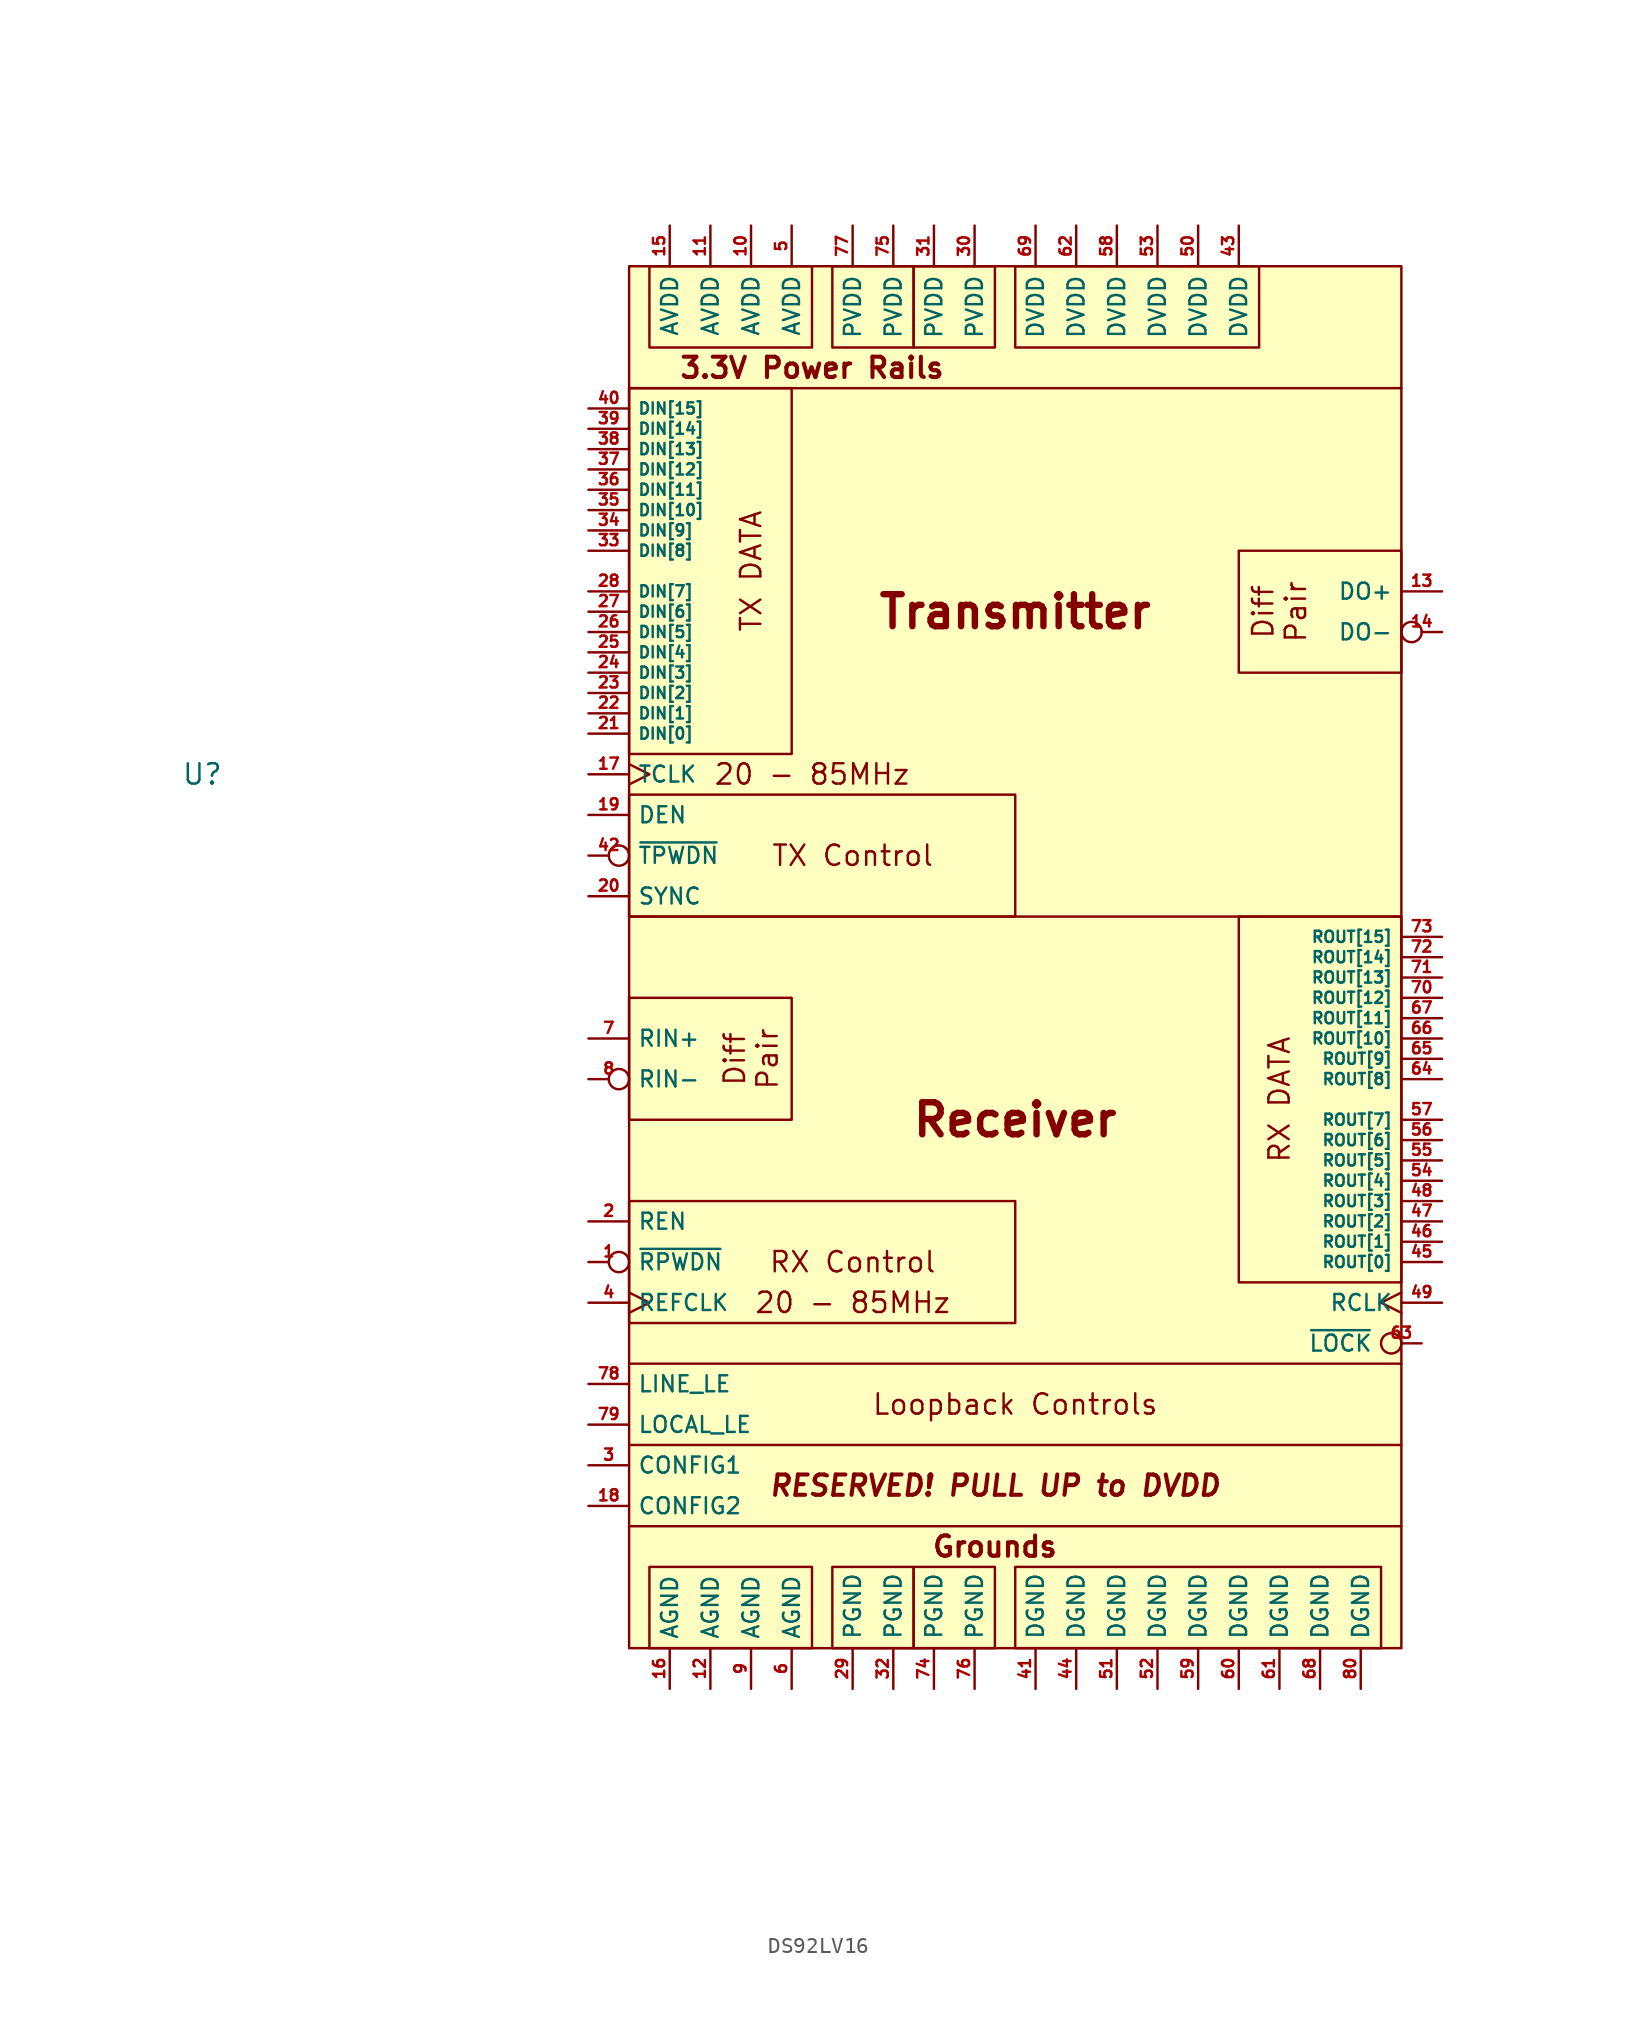
<source format=kicad_sym>
(kicad_symbol_lib
  (version 20231120)
  (generator "kicad_symbol_editor")
  (generator_version "8.0")
  (symbol "DS92LV16"
    (property "Reference" "U"
      (at -49.53 11.43 0)
      (effects (font (size 1.27 1.27))))
    (property "Value" ""
      (at -22.86 -50.8 0)
      (effects (font (size 1.27 1.27))))
    (symbol "DS92LV16_0_1"
      (rectangle (start -21.59 43.18) (end -11.43 38.1) (stroke (width 0) (type default)) (fill (type none)))
      (rectangle (start -10.16 43.18) (end -5.08 38.1) (stroke (width 0) (type default)) (fill (type none)))
      (rectangle (start -5.08 43.18) (end 0 38.1) (stroke (width 0) (type default)) (fill (type none)))
      (polyline (pts (xy -22.86 2.54) (xy 25.4 2.54)) (stroke (width 0) (type default)) (fill (type none)))
      (polyline (pts (xy -22.86 35.56) (xy 25.4 35.56)) (stroke (width 0) (type default)) (fill (type none)))
      (polyline (pts (xy 25.4 -35.56) (xy -22.86 -35.56)) (stroke (width 0) (type default)) (fill (type none)))
      (polyline (pts (xy 25.4 -30.48) (xy -22.86 -30.48)) (stroke (width 0) (type default)) (fill (type none)))
      (polyline (pts (xy 25.4 -25.4) (xy -22.86 -25.4)) (stroke (width 0) (type default)) (fill (type none)))
      (rectangle (start 1.27 43.18) (end 16.51 38.1) (stroke (width 0) (type default)) (fill (type none))))
    (symbol "DS92LV16_1_1"
      (rectangle (start -22.86 -15.24) (end 1.27 -22.86) (stroke (width 0) (type default)) (fill (type none)))
      (rectangle (start -22.86 -2.54) (end -12.7 -10.16) (stroke (width 0) (type default)) (fill (type none)))
      (rectangle (start -22.86 10.16) (end 1.27 2.54) (stroke (width 0) (type default)) (fill (type none)))
      (rectangle (start -22.86 35.56) (end -12.7 12.7) (stroke (width 0) (type default)) (fill (type none)))
      (rectangle (start -22.86 43.18) (end 25.4 -43.18) (stroke (width 0) (type default)) (fill (type background)))
      (rectangle (start -21.59 -38.1) (end -11.43 -43.18) (stroke (width 0) (type default)) (fill (type none)))
      (rectangle (start -10.16 -38.1) (end -5.08 -43.18) (stroke (width 0) (type default)) (fill (type none)))
      (rectangle (start -5.08 -38.1) (end 0 -43.18) (stroke (width 0) (type default)) (fill (type none)))
      (rectangle (start 1.27 -38.1) (end 24.13 -43.18) (stroke (width 0) (type default)) (fill (type none)))
      (rectangle (start 15.24 2.54) (end 25.4 -20.32) (stroke (width 0) (type default)) (fill (type none)))
      (rectangle (start 15.24 25.4) (end 25.4 17.78) (stroke (width 0) (type default)) (fill (type none)))
      (text "20 - 85MHz" (at -11.43 11.43 0) (effects (font (size 1.27 1.27))))
      (text "20 - 85MHz" (at -8.89 -21.59 0) (effects (font (size 1.27 1.27))))
      (text "3.3V Power Rails" (at -11.43 36.83 0) (effects (font (size 1.27 1.27) (bold yes))))
      (text "Diff\nPair" (at -15.24 -6.35 900) (effects (font (size 1.27 1.27))))
      (text "Diff\nPair" (at 17.78 21.59 900) (effects (font (size 1.27 1.27))))
      (text "Grounds" (at 0 -36.83 0) (effects (font (size 1.27 1.27) (bold yes))))
      (text "Loopback Controls" (at 1.27 -27.94 0) (effects (font (size 1.27 1.27))))
      (text "Receiver" (at 1.27 -10.16 0) (effects (font (face "KiCad Font") (size 2 2) (bold yes))))
      (text "RESERVED! PULL UP to DVDD" (at 0 -33.02 0) (effects (font (size 1.27 1.27) (bold yes) (italic yes))))
      (text "RX Control" (at -8.89 -19.05 0) (effects (font (size 1.27 1.27))))
      (text "RX DATA" (at 17.78 -8.89 900) (effects (font (size 1.27 1.27))))
      (text "Transmitter" (at 1.27 21.59 0) (effects (font (size 2 2) (bold yes))))
      (text "TX Control" (at -8.89 6.35 0) (effects (font (size 1.27 1.27))))
      (text "TX DATA" (at -15.24 24.13 900) (effects (font (size 1.27 1.27))))
      (pin input inverted (at -25.4 -19.05 0) (length 2.54) (name "~{RPWDN}" (effects (font (size 1 1)))) (number "1" (effects (font (size 0.7 0.7)))))
      (pin power_in line (at -15.24 45.72 270) (length 2.54) (name "AVDD" (effects (font (size 1 1)))) (number "10" (effects (font (size 0.7 0.7)))))
      (pin power_in line (at -17.78 45.72 270) (length 2.54) (name "AVDD" (effects (font (size 1 1)))) (number "11" (effects (font (size 0.7 0.7)))))
      (pin power_in line (at -17.78 -45.72 90) (length 2.54) (name "AGND" (effects (font (size 1 1)))) (number "12" (effects (font (size 0.7 0.7)))))
      (pin output line (at 27.94 22.86 180) (length 2.54) (name "DO+" (effects (font (size 1 1)))) (number "13" (effects (font (size 0.7 0.7)))))
      (pin output inverted (at 27.94 20.32 180) (length 2.54) (name "DO-" (effects (font (size 1 1)))) (number "14" (effects (font (size 0.7 0.7)))))
      (pin power_in line (at -20.32 45.72 270) (length 2.54) (name "AVDD" (effects (font (size 1 1)))) (number "15" (effects (font (size 0.7 0.7)))))
      (pin power_in line (at -20.32 -45.72 90) (length 2.54) (name "AGND" (effects (font (size 1 1)))) (number "16" (effects (font (size 0.7 0.7)))))
      (pin input clock (at -25.4 11.43 0) (length 2.54) (name "TCLK" (effects (font (size 1 1)))) (number "17" (effects (font (size 0.7 0.7)))))
      (pin bidirectional line (at -25.4 -34.29 0) (length 2.54) (name "CONFIG2" (effects (font (size 1 1)))) (number "18" (effects (font (size 0.7 0.7)))))
      (pin input line (at -25.4 8.89 0) (length 2.54) (name "DEN" (effects (font (size 1 1)))) (number "19" (effects (font (size 0.7 0.7)))))
      (pin input line (at -25.4 -16.51 0) (length 2.54) (name "REN" (effects (font (size 1 1)))) (number "2" (effects (font (size 0.7 0.7)))))
      (pin input line (at -25.4 3.81 0) (length 2.54) (name "SYNC" (effects (font (size 1 1)))) (number "20" (effects (font (size 0.7 0.7)))))
      (pin input line (at -25.4 13.97 0) (length 2.54) (name "DIN[0]" (effects (font (size 0.7 0.7)))) (number "21" (effects (font (size 0.7 0.7)))))
      (pin input line (at -25.4 15.24 0) (length 2.54) (name "DIN[1]" (effects (font (size 0.7 0.7)))) (number "22" (effects (font (size 0.7 0.7)))))
      (pin input line (at -25.4 16.51 0) (length 2.54) (name "DIN[2]" (effects (font (size 0.7 0.7)))) (number "23" (effects (font (size 0.7 0.7)))))
      (pin input line (at -25.4 17.78 0) (length 2.54) (name "DIN[3]" (effects (font (size 0.7 0.7)))) (number "24" (effects (font (size 0.7 0.7)))))
      (pin input line (at -25.4 19.05 0) (length 2.54) (name "DIN[4]" (effects (font (size 0.7 0.7)))) (number "25" (effects (font (size 0.7 0.7)))))
      (pin input line (at -25.4 20.32 0) (length 2.54) (name "DIN[5]" (effects (font (size 0.7 0.7)))) (number "26" (effects (font (size 0.7 0.7)))))
      (pin input line (at -25.4 21.59 0) (length 2.54) (name "DIN[6]" (effects (font (size 0.7 0.7)))) (number "27" (effects (font (size 0.7 0.7)))))
      (pin input line (at -25.4 22.86 0) (length 2.54) (name "DIN[7]" (effects (font (size 0.7 0.7)))) (number "28" (effects (font (size 0.7 0.7)))))
      (pin power_in line (at -8.89 -45.72 90) (length 2.54) (name "PGND" (effects (font (size 1 1)))) (number "29" (effects (font (size 0.7 0.7)))))
      (pin bidirectional line (at -25.4 -31.75 0) (length 2.54) (name "CONFIG1" (effects (font (size 1 1)))) (number "3" (effects (font (size 0.7 0.7)))))
      (pin power_in line (at -1.27 45.72 270) (length 2.54) (name "PVDD" (effects (font (size 1 1)))) (number "30" (effects (font (size 0.7 0.7)))))
      (pin power_in line (at -3.81 45.72 270) (length 2.54) (name "PVDD" (effects (font (size 1 1)))) (number "31" (effects (font (size 0.7 0.7)))))
      (pin power_in line (at -6.35 -45.72 90) (length 2.54) (name "PGND" (effects (font (size 1 1)))) (number "32" (effects (font (size 0.7 0.7)))))
      (pin input line (at -25.4 25.4 0) (length 2.54) (name "DIN[8]" (effects (font (size 0.7 0.7)))) (number "33" (effects (font (size 0.7 0.7)))))
      (pin input line (at -25.4 26.67 0) (length 2.54) (name "DIN[9]" (effects (font (size 0.7 0.7)))) (number "34" (effects (font (size 0.7 0.7)))))
      (pin input line (at -25.4 27.94 0) (length 2.54) (name "DIN[10]" (effects (font (size 0.7 0.7)))) (number "35" (effects (font (size 0.7 0.7)))))
      (pin input line (at -25.4 29.21 0) (length 2.54) (name "DIN[11]" (effects (font (size 0.7 0.7)))) (number "36" (effects (font (size 0.7 0.7)))))
      (pin input line (at -25.4 30.48 0) (length 2.54) (name "DIN[12]" (effects (font (size 0.7 0.7)))) (number "37" (effects (font (size 0.7 0.7)))))
      (pin input line (at -25.4 31.75 0) (length 2.54) (name "DIN[13]" (effects (font (size 0.7 0.7)))) (number "38" (effects (font (size 0.7 0.7)))))
      (pin input line (at -25.4 33.02 0) (length 2.54) (name "DIN[14]" (effects (font (size 0.7 0.7)))) (number "39" (effects (font (size 0.7 0.7)))))
      (pin input clock (at -25.4 -21.59 0) (length 2.54) (name "REFCLK" (effects (font (size 1 1)))) (number "4" (effects (font (size 0.7 0.7)))))
      (pin input line (at -25.4 34.29 0) (length 2.54) (name "DIN[15]" (effects (font (size 0.7 0.7)))) (number "40" (effects (font (size 0.7 0.7)))))
      (pin power_in line (at 2.54 -45.72 90) (length 2.54) (name "DGND" (effects (font (size 1 1)))) (number "41" (effects (font (size 0.7 0.7)))))
      (pin input inverted (at -25.4 6.35 0) (length 2.54) (name "~{TPWDN}" (effects (font (size 1 1)))) (number "42" (effects (font (size 0.7 0.7)))))
      (pin power_in line (at 15.24 45.72 270) (length 2.54) (name "DVDD" (effects (font (size 1 1)))) (number "43" (effects (font (size 0.7 0.7)))))
      (pin power_in line (at 5.08 -45.72 90) (length 2.54) (name "DGND" (effects (font (size 1 1)))) (number "44" (effects (font (size 0.7 0.7)))))
      (pin output line (at 27.94 -19.05 180) (length 2.54) (name "ROUT[0]" (effects (font (size 0.7 0.7)))) (number "45" (effects (font (size 0.7 0.7)))))
      (pin output line (at 27.94 -17.78 180) (length 2.54) (name "ROUT[1]" (effects (font (size 0.7 0.7)))) (number "46" (effects (font (size 0.7 0.7)))))
      (pin output line (at 27.94 -16.51 180) (length 2.54) (name "ROUT[2]" (effects (font (size 0.7 0.7)))) (number "47" (effects (font (size 0.7 0.7)))))
      (pin output line (at 27.94 -15.24 180) (length 2.54) (name "ROUT[3]" (effects (font (size 0.7 0.7)))) (number "48" (effects (font (size 0.7 0.7)))))
      (pin output clock (at 27.94 -21.59 180) (length 2.54) (name "RCLK" (effects (font (size 1 1)))) (number "49" (effects (font (size 0.7 0.7)))))
      (pin power_in line (at -12.7 45.72 270) (length 2.54) (name "AVDD" (effects (font (size 1 1)))) (number "5" (effects (font (size 0.7 0.7)))))
      (pin power_in line (at 12.7 45.72 270) (length 2.54) (name "DVDD" (effects (font (size 1 1)))) (number "50" (effects (font (size 0.7 0.7)))))
      (pin power_in line (at 7.62 -45.72 90) (length 2.54) (name "DGND" (effects (font (size 1 1)))) (number "51" (effects (font (size 0.7 0.7)))))
      (pin power_in line (at 10.16 -45.72 90) (length 2.54) (name "DGND" (effects (font (size 1 1)))) (number "52" (effects (font (size 0.7 0.7)))))
      (pin power_in line (at 10.16 45.72 270) (length 2.54) (name "DVDD" (effects (font (size 1 1)))) (number "53" (effects (font (size 0.7 0.7)))))
      (pin output line (at 27.94 -13.97 180) (length 2.54) (name "ROUT[4]" (effects (font (size 0.7 0.7)))) (number "54" (effects (font (size 0.7 0.7)))))
      (pin output line (at 27.94 -12.7 180) (length 2.54) (name "ROUT[5]" (effects (font (size 0.7 0.7)))) (number "55" (effects (font (size 0.7 0.7)))))
      (pin output line (at 27.94 -11.43 180) (length 2.54) (name "ROUT[6]" (effects (font (size 0.7 0.7)))) (number "56" (effects (font (size 0.7 0.7)))))
      (pin output line (at 27.94 -10.16 180) (length 2.54) (name "ROUT[7]" (effects (font (size 0.7 0.7)))) (number "57" (effects (font (size 0.7 0.7)))))
      (pin power_in line (at 7.62 45.72 270) (length 2.54) (name "DVDD" (effects (font (size 1 1)))) (number "58" (effects (font (size 0.7 0.7)))))
      (pin power_in line (at 12.7 -45.72 90) (length 2.54) (name "DGND" (effects (font (size 1 1)))) (number "59" (effects (font (size 0.7 0.7)))))
      (pin power_in line (at -12.7 -45.72 90) (length 2.54) (name "AGND" (effects (font (size 1 1)))) (number "6" (effects (font (size 0.7 0.7)))))
      (pin power_in line (at 15.24 -45.72 90) (length 2.54) (name "DGND" (effects (font (size 1 1)))) (number "60" (effects (font (size 0.7 0.7)))))
      (pin power_in line (at 17.78 -45.72 90) (length 2.54) (name "DGND" (effects (font (size 1 1)))) (number "61" (effects (font (size 0.7 0.7)))))
      (pin power_in line (at 5.08 45.72 270) (length 2.54) (name "DVDD" (effects (font (size 1 1)))) (number "62" (effects (font (size 0.7 0.7)))))
      (pin output inverted (at 26.67 -24.13 180) (length 2.54) (name "~{LOCK}" (effects (font (size 1 1)))) (number "63" (effects (font (size 0.7 0.7)))))
      (pin output line (at 27.94 -7.62 180) (length 2.54) (name "ROUT[8]" (effects (font (size 0.7 0.7)))) (number "64" (effects (font (size 0.7 0.7)))))
      (pin output line (at 27.94 -6.35 180) (length 2.54) (name "ROUT[9]" (effects (font (size 0.7 0.7)))) (number "65" (effects (font (size 0.7 0.7)))))
      (pin output line (at 27.94 -5.08 180) (length 2.54) (name "ROUT[10]" (effects (font (size 0.7 0.7)))) (number "66" (effects (font (size 0.7 0.7)))))
      (pin output line (at 27.94 -3.81 180) (length 2.54) (name "ROUT[11]" (effects (font (size 0.7 0.7)))) (number "67" (effects (font (size 0.7 0.7)))))
      (pin power_in line (at 20.32 -45.72 90) (length 2.54) (name "DGND" (effects (font (size 1 1)))) (number "68" (effects (font (size 0.7 0.7)))))
      (pin power_in line (at 2.54 45.72 270) (length 2.54) (name "DVDD" (effects (font (size 1 1)))) (number "69" (effects (font (size 0.7 0.7)))))
      (pin input line (at -25.4 -5.08 0) (length 2.54) (name "RIN+" (effects (font (size 1 1)))) (number "7" (effects (font (size 0.7 0.7)))))
      (pin output line (at 27.94 -2.54 180) (length 2.54) (name "ROUT[12]" (effects (font (size 0.7 0.7)))) (number "70" (effects (font (size 0.7 0.7)))))
      (pin output line (at 27.94 -1.27 180) (length 2.54) (name "ROUT[13]" (effects (font (size 0.7 0.7)))) (number "71" (effects (font (size 0.7 0.7)))))
      (pin output line (at 27.94 0 180) (length 2.54) (name "ROUT[14]" (effects (font (size 0.7 0.7)))) (number "72" (effects (font (size 0.7 0.7)))))
      (pin output line (at 27.94 1.27 180) (length 2.54) (name "ROUT[15]" (effects (font (size 0.7 0.7)))) (number "73" (effects (font (size 0.7 0.7)))))
      (pin power_in line (at -3.81 -45.72 90) (length 2.54) (name "PGND" (effects (font (size 1 1)))) (number "74" (effects (font (size 0.7 0.7)))))
      (pin power_in line (at -6.35 45.72 270) (length 2.54) (name "PVDD" (effects (font (size 1 1)))) (number "75" (effects (font (size 0.7 0.7)))))
      (pin power_in line (at -1.27 -45.72 90) (length 2.54) (name "PGND" (effects (font (size 1 1)))) (number "76" (effects (font (size 0.7 0.7)))))
      (pin power_in line (at -8.89 45.72 270) (length 2.54) (name "PVDD" (effects (font (size 1 1)))) (number "77" (effects (font (size 0.7 0.7)))))
      (pin input line (at -25.4 -26.67 0) (length 2.54) (name "LINE_LE" (effects (font (size 1 1)))) (number "78" (effects (font (size 0.7 0.7)))))
      (pin input line (at -25.4 -29.21 0) (length 2.54) (name "LOCAL_LE" (effects (font (size 1 1)))) (number "79" (effects (font (size 0.7 0.7)))))
      (pin input inverted (at -25.4 -7.62 0) (length 2.54) (name "RIN-" (effects (font (size 1 1)))) (number "8" (effects (font (size 0.7 0.7)))))
      (pin power_in line (at 22.86 -45.72 90) (length 2.54) (name "DGND" (effects (font (size 1 1)))) (number "80" (effects (font (size 0.7 0.7)))))
      (pin power_in line (at -15.24 -45.72 90) (length 2.54) (name "AGND" (effects (font (size 1 1)))) (number "9" (effects (font (size 0.7 0.7))))))))
</source>
